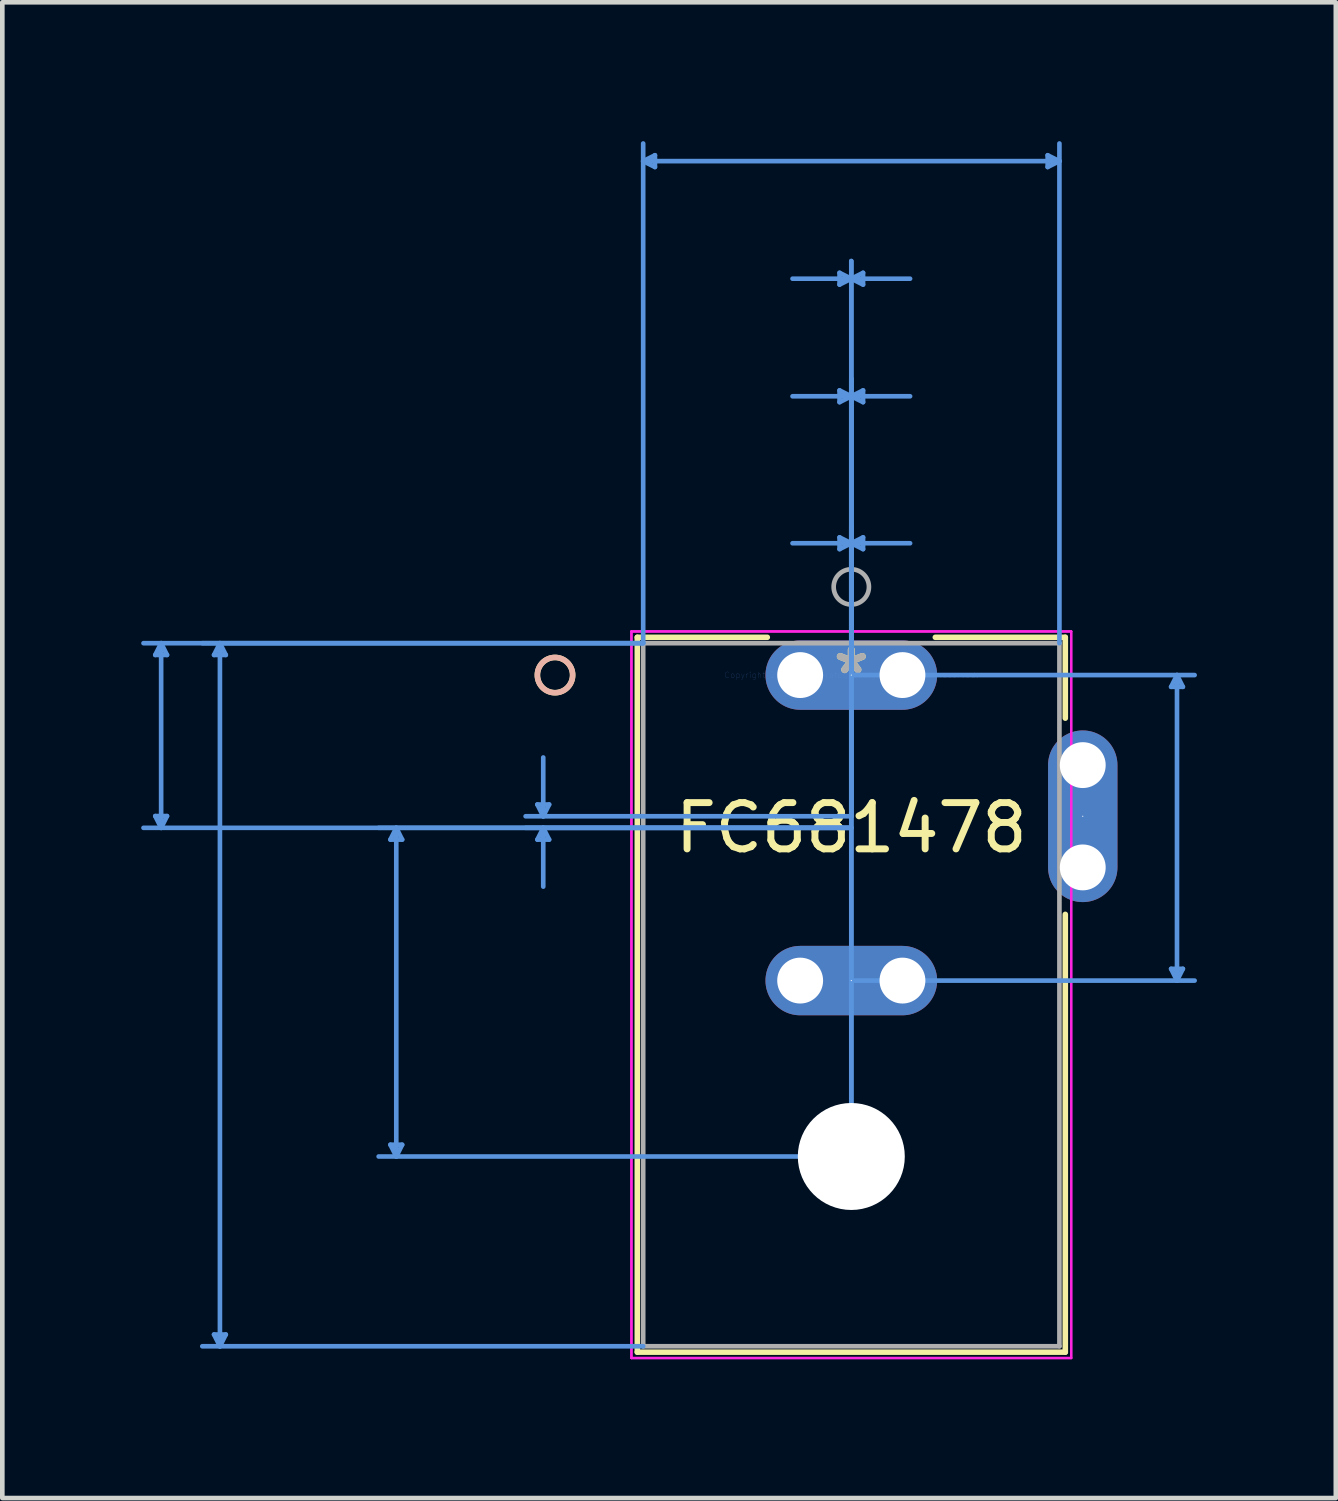
<source format=kicad_pcb>
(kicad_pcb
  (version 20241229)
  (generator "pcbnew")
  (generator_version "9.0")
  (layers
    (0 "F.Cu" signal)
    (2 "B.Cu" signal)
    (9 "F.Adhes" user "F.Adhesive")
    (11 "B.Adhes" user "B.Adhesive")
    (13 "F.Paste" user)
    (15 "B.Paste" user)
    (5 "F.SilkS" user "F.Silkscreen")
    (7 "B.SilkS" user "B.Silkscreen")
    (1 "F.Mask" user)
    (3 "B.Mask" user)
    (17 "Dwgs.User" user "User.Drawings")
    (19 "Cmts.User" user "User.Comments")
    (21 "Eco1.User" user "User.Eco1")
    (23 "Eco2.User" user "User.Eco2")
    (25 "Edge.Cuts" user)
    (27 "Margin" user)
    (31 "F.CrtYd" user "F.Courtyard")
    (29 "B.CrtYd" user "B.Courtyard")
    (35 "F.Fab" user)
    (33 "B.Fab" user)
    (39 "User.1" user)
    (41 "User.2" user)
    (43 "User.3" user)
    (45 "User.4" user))
  (footprint "FC681478"
    (layer "F.Cu")
    (at 15.341 11.534)
    (property "Reference" "FC681478" (at 0 3.3 0) (layer "F.SilkS") (effects (font (size 1 1) (thickness 0.15))))
    (attr through_hole)
    (fp_line (start -4.623 -0.816) (end -4.623 14.627) (stroke (width 0.12) (type solid)) (layer "F.SilkS"))
    (fp_line (start -4.623 14.627) (end 4.623 14.627) (stroke (width 0.12) (type solid)) (layer "F.SilkS"))
    (fp_line (start -1.815 -0.816) (end -4.623 -0.816) (stroke (width 0.12) (type solid)) (layer "F.SilkS"))
    (fp_line (start 4.623 -0.816) (end 1.815 -0.816) (stroke (width 0.12) (type solid)) (layer "F.SilkS"))
    (fp_line (start 4.623 0.931) (end 4.623 -0.816) (stroke (width 0.12) (type solid)) (layer "F.SilkS"))
    (fp_line (start 4.623 14.627) (end 4.623 5.169) (stroke (width 0.12) (type solid)) (layer "F.SilkS"))
    (fp_circle (center -6.401 0) (end -6.02 0) (stroke (width 0.12) (type solid)) (fill no) (layer "F.SilkS"))
    (fp_circle (center -6.401 0) (end -6.02 0) (stroke (width 0.12) (type solid)) (fill no) (layer "B.SilkS"))
    (fp_line (start -15.037 -0.435) (end -14.783 -0.435) (stroke (width 0.1) (type solid)) (layer "Cmts.User"))
    (fp_line (start -15.037 3.046) (end -14.783 3.046) (stroke (width 0.1) (type solid)) (layer "Cmts.User"))
    (fp_line (start -14.91 -0.689) (end -15.037 -0.435) (stroke (width 0.1) (type solid)) (layer "Cmts.User"))
    (fp_line (start -14.91 -0.689) (end -14.91 3.3) (stroke (width 0.1) (type solid)) (layer "Cmts.User"))
    (fp_line (start -14.91 -0.689) (end -14.783 -0.435) (stroke (width 0.1) (type solid)) (layer "Cmts.User"))
    (fp_line (start -14.91 3.3) (end -15.037 3.046) (stroke (width 0.1) (type solid)) (layer "Cmts.User"))
    (fp_line (start -14.91 3.3) (end -14.783 3.046) (stroke (width 0.1) (type solid)) (layer "Cmts.User"))
    (fp_line (start -13.767 -0.435) (end -13.513 -0.435) (stroke (width 0.1) (type solid)) (layer "Cmts.User"))
    (fp_line (start -13.767 14.246) (end -13.513 14.246) (stroke (width 0.1) (type solid)) (layer "Cmts.User"))
    (fp_line (start -13.64 -0.689) (end -13.767 -0.435) (stroke (width 0.1) (type solid)) (layer "Cmts.User"))
    (fp_line (start -13.64 -0.689) (end -13.64 14.5) (stroke (width 0.1) (type solid)) (layer "Cmts.User"))
    (fp_line (start -13.64 -0.689) (end -13.513 -0.435) (stroke (width 0.1) (type solid)) (layer "Cmts.User"))
    (fp_line (start -13.64 14.5) (end -13.767 14.246) (stroke (width 0.1) (type solid)) (layer "Cmts.User"))
    (fp_line (start -13.64 14.5) (end -13.513 14.246) (stroke (width 0.1) (type solid)) (layer "Cmts.User"))
    (fp_line (start -9.957 3.554) (end -9.703 3.554) (stroke (width 0.1) (type solid)) (layer "Cmts.User"))
    (fp_line (start -9.957 10.146) (end -9.703 10.146) (stroke (width 0.1) (type solid)) (layer "Cmts.User"))
    (fp_line (start -9.83 3.3) (end -9.957 3.554) (stroke (width 0.1) (type solid)) (layer "Cmts.User"))
    (fp_line (start -9.83 3.3) (end -9.83 10.4) (stroke (width 0.1) (type solid)) (layer "Cmts.User"))
    (fp_line (start -9.83 3.3) (end -9.703 3.554) (stroke (width 0.1) (type solid)) (layer "Cmts.User"))
    (fp_line (start -9.83 10.4) (end -9.957 10.146) (stroke (width 0.1) (type solid)) (layer "Cmts.User"))
    (fp_line (start -9.83 10.4) (end -9.703 10.146) (stroke (width 0.1) (type solid)) (layer "Cmts.User"))
    (fp_line (start -6.782 2.796) (end -6.528 2.796) (stroke (width 0.1) (type solid)) (layer "Cmts.User"))
    (fp_line (start -6.782 3.554) (end -6.528 3.554) (stroke (width 0.1) (type solid)) (layer "Cmts.User"))
    (fp_line (start -6.655 3.05) (end -6.782 2.796) (stroke (width 0.1) (type solid)) (layer "Cmts.User"))
    (fp_line (start -6.655 3.05) (end -6.655 1.78) (stroke (width 0.1) (type solid)) (layer "Cmts.User"))
    (fp_line (start -6.655 3.05) (end -6.528 2.796) (stroke (width 0.1) (type solid)) (layer "Cmts.User"))
    (fp_line (start -6.655 3.3) (end -6.782 3.554) (stroke (width 0.1) (type solid)) (layer "Cmts.User"))
    (fp_line (start -6.655 3.3) (end -6.655 4.57) (stroke (width 0.1) (type solid)) (layer "Cmts.User"))
    (fp_line (start -6.655 3.3) (end -6.528 3.554) (stroke (width 0.1) (type solid)) (layer "Cmts.User"))
    (fp_line (start -4.496 -11.103) (end -4.242 -11.23) (stroke (width 0.1) (type solid)) (layer "Cmts.User"))
    (fp_line (start -4.496 -11.103) (end -4.242 -10.976) (stroke (width 0.1) (type solid)) (layer "Cmts.User"))
    (fp_line (start -4.496 -11.103) (end 4.496 -11.103) (stroke (width 0.1) (type solid)) (layer "Cmts.User"))
    (fp_line (start -4.496 -0.689) (end -15.291 -0.689) (stroke (width 0.1) (type solid)) (layer "Cmts.User"))
    (fp_line (start -4.496 -0.689) (end -14.021 -0.689) (stroke (width 0.1) (type solid)) (layer "Cmts.User"))
    (fp_line (start -4.496 -0.689) (end -4.496 -11.484) (stroke (width 0.1) (type solid)) (layer "Cmts.User"))
    (fp_line (start -4.496 14.5) (end -14.021 14.5) (stroke (width 0.1) (type solid)) (layer "Cmts.User"))
    (fp_line (start -4.242 -11.23) (end -4.242 -10.976) (stroke (width 0.1) (type solid)) (layer "Cmts.User"))
    (fp_line (start -0.254 -8.69) (end -0.254 -8.436) (stroke (width 0.1) (type solid)) (layer "Cmts.User"))
    (fp_line (start -0.254 -6.15) (end -0.254 -5.896) (stroke (width 0.1) (type solid)) (layer "Cmts.User"))
    (fp_line (start -0.254 -2.975) (end -0.254 -2.721) (stroke (width 0.1) (type solid)) (layer "Cmts.User"))
    (fp_line (start 0 -8.563) (end -1.27 -8.563) (stroke (width 0.1) (type solid)) (layer "Cmts.User"))
    (fp_line (start 0 -8.563) (end -0.254 -8.69) (stroke (width 0.1) (type solid)) (layer "Cmts.User"))
    (fp_line (start 0 -8.563) (end -0.254 -8.436) (stroke (width 0.1) (type solid)) (layer "Cmts.User"))
    (fp_line (start 0 -8.563) (end 0.254 -8.69) (stroke (width 0.1) (type solid)) (layer "Cmts.User"))
    (fp_line (start 0 -8.563) (end 0.254 -8.436) (stroke (width 0.1) (type solid)) (layer "Cmts.User"))
    (fp_line (start 0 -8.563) (end 1.27 -8.563) (stroke (width 0.1) (type solid)) (layer "Cmts.User"))
    (fp_line (start 0 -6.023) (end -1.27 -6.023) (stroke (width 0.1) (type solid)) (layer "Cmts.User"))
    (fp_line (start 0 -6.023) (end -0.254 -6.15) (stroke (width 0.1) (type solid)) (layer "Cmts.User"))
    (fp_line (start 0 -6.023) (end -0.254 -5.896) (stroke (width 0.1) (type solid)) (layer "Cmts.User"))
    (fp_line (start 0 -6.023) (end 0.254 -6.15) (stroke (width 0.1) (type solid)) (layer "Cmts.User"))
    (fp_line (start 0 -6.023) (end 0.254 -5.896) (stroke (width 0.1) (type solid)) (layer "Cmts.User"))
    (fp_line (start 0 -6.023) (end 1.27 -6.023) (stroke (width 0.1) (type solid)) (layer "Cmts.User"))
    (fp_line (start 0 -2.848) (end -1.27 -2.848) (stroke (width 0.1) (type solid)) (layer "Cmts.User"))
    (fp_line (start 0 -2.848) (end -0.254 -2.975) (stroke (width 0.1) (type solid)) (layer "Cmts.User"))
    (fp_line (start 0 -2.848) (end -0.254 -2.721) (stroke (width 0.1) (type solid)) (layer "Cmts.User"))
    (fp_line (start 0 -2.848) (end 0.254 -2.975) (stroke (width 0.1) (type solid)) (layer "Cmts.User"))
    (fp_line (start 0 -2.848) (end 0.254 -2.721) (stroke (width 0.1) (type solid)) (layer "Cmts.User"))
    (fp_line (start 0 -2.848) (end 1.27 -2.848) (stroke (width 0.1) (type solid)) (layer "Cmts.User"))
    (fp_line (start 0 0) (end 0 -3.229) (stroke (width 0.1) (type solid)) (layer "Cmts.User"))
    (fp_line (start 0 0) (end 0 -3.229) (stroke (width 0.1) (type solid)) (layer "Cmts.User"))
    (fp_line (start 0 0) (end 7.417 0) (stroke (width 0.1) (type solid)) (layer "Cmts.User"))
    (fp_line (start 0 3.05) (end -7.036 3.05) (stroke (width 0.1) (type solid)) (layer "Cmts.User"))
    (fp_line (start 0 3.05) (end 0 -8.944) (stroke (width 0.1) (type solid)) (layer "Cmts.User"))
    (fp_line (start 0 3.05) (end 0 -8.944) (stroke (width 0.1) (type solid)) (layer "Cmts.User"))
    (fp_line (start 0 3.3) (end -15.291 3.3) (stroke (width 0.1) (type solid)) (layer "Cmts.User"))
    (fp_line (start 0 3.3) (end -10.211 3.3) (stroke (width 0.1) (type solid)) (layer "Cmts.User"))
    (fp_line (start 0 3.3) (end -7.036 3.3) (stroke (width 0.1) (type solid)) (layer "Cmts.User"))
    (fp_line (start 0 6.6) (end 7.417 6.6) (stroke (width 0.1) (type solid)) (layer "Cmts.User"))
    (fp_line (start 0 10.4) (end -10.211 10.4) (stroke (width 0.1) (type solid)) (layer "Cmts.User"))
    (fp_line (start 0 10.4) (end 0 -6.404) (stroke (width 0.1) (type solid)) (layer "Cmts.User"))
    (fp_line (start 0 10.4) (end 0 -6.404) (stroke (width 0.1) (type solid)) (layer "Cmts.User"))
    (fp_line (start 0.254 -8.69) (end 0.254 -8.436) (stroke (width 0.1) (type solid)) (layer "Cmts.User"))
    (fp_line (start 0.254 -6.15) (end 0.254 -5.896) (stroke (width 0.1) (type solid)) (layer "Cmts.User"))
    (fp_line (start 0.254 -2.975) (end 0.254 -2.721) (stroke (width 0.1) (type solid)) (layer "Cmts.User"))
    (fp_line (start 4.242 -11.23) (end 4.242 -10.976) (stroke (width 0.1) (type solid)) (layer "Cmts.User"))
    (fp_line (start 4.496 -11.103) (end 4.242 -11.23) (stroke (width 0.1) (type solid)) (layer "Cmts.User"))
    (fp_line (start 4.496 -11.103) (end 4.242 -10.976) (stroke (width 0.1) (type solid)) (layer "Cmts.User"))
    (fp_line (start 4.496 -0.689) (end 4.496 -11.484) (stroke (width 0.1) (type solid)) (layer "Cmts.User"))
    (fp_line (start 6.909 0.254) (end 7.163 0.254) (stroke (width 0.1) (type solid)) (layer "Cmts.User"))
    (fp_line (start 6.909 6.346) (end 7.163 6.346) (stroke (width 0.1) (type solid)) (layer "Cmts.User"))
    (fp_line (start 7.036 0) (end 6.909 0.254) (stroke (width 0.1) (type solid)) (layer "Cmts.User"))
    (fp_line (start 7.036 0) (end 7.036 6.6) (stroke (width 0.1) (type solid)) (layer "Cmts.User"))
    (fp_line (start 7.036 0) (end 7.163 0.254) (stroke (width 0.1) (type solid)) (layer "Cmts.User"))
    (fp_line (start 7.036 6.6) (end 6.909 6.346) (stroke (width 0.1) (type solid)) (layer "Cmts.User"))
    (fp_line (start 7.036 6.6) (end 7.163 6.346) (stroke (width 0.1) (type solid)) (layer "Cmts.User"))
    (fp_line (start -4.75 -0.943) (end -4.75 14.754) (stroke (width 0.05) (type solid)) (layer "F.CrtYd"))
    (fp_line (start -4.75 -0.943) (end -4.75 14.754) (stroke (width 0.05) (type solid)) (layer "F.CrtYd"))
    (fp_line (start -4.75 14.754) (end 4.75 14.754) (stroke (width 0.05) (type solid)) (layer "F.CrtYd"))
    (fp_line (start -4.75 14.754) (end 4.75 14.754) (stroke (width 0.05) (type solid)) (layer "F.CrtYd"))
    (fp_line (start 4.75 -0.943) (end -4.75 -0.943) (stroke (width 0.05) (type solid)) (layer "F.CrtYd"))
    (fp_line (start 4.75 -0.943) (end -4.75 -0.943) (stroke (width 0.05) (type solid)) (layer "F.CrtYd"))
    (fp_line (start 4.75 14.754) (end 4.75 -0.943) (stroke (width 0.05) (type solid)) (layer "F.CrtYd"))
    (fp_line (start 4.75 14.754) (end 4.75 -0.943) (stroke (width 0.05) (type solid)) (layer "F.CrtYd"))
    (fp_line (start -4.496 -0.689) (end -4.496 14.5) (stroke (width 0.1) (type solid)) (layer "F.Fab"))
    (fp_line (start -4.496 14.5) (end 4.496 14.5) (stroke (width 0.1) (type solid)) (layer "F.Fab"))
    (fp_line (start 4.496 -0.689) (end -4.496 -0.689) (stroke (width 0.1) (type solid)) (layer "F.Fab"))
    (fp_line (start 4.496 14.5) (end 4.496 -0.689) (stroke (width 0.1) (type solid)) (layer "F.Fab"))
    (fp_circle (center 0 -1.905) (end 0.381 -1.905) (stroke (width 0.1) (type solid)) (fill no) (layer "F.Fab"))
    (fp_text user "*" (at 0 0 0) (layer "F.SilkS") (effects (font (size 1 1) (thickness 0.15))))
    (fp_text user "Copyright 2021 Accelerated Designs. All rights reserved." (at 0 0 0) (layer "Cmts.User") (effects (font (size 0.127 0.127) (thickness 0.002))))
    (fp_text user "*" (at 0 0 0) (layer "F.Fab") (effects (font (size 1 1) (thickness 0.15))))
    (pad "" np_thru_hole circle (at -1.105 0) (size 0.991 0.991) (drill 0.991) (layers "*.Cu" "*.Mask"))
    (pad "" np_thru_hole circle (at -1.105 6.6) (size 0.991 0.991) (drill 0.991) (layers "*.Cu" "*.Mask"))
    (pad "" np_thru_hole circle (at 0 10.4) (size 2.311 2.311) (drill 2.311) (layers "*.Cu" "*.Mask"))
    (pad "" np_thru_hole circle (at 1.105 0) (size 0.991 0.991) (drill 0.991) (layers "*.Cu" "*.Mask"))
    (pad "" np_thru_hole circle (at 1.105 6.6) (size 0.991 0.991) (drill 0.991) (layers "*.Cu" "*.Mask"))
    (pad "" np_thru_hole circle (at 5 1.945) (size 0.991 0.991) (drill 0.991) (layers "*.Cu" "*.Mask"))
    (pad "" np_thru_hole circle (at 5 4.155) (size 0.991 0.991) (drill 0.991) (layers "*.Cu" "*.Mask"))
    (pad "1" thru_hole oval (at 0 0) (size 3.708 1.499) (drill 0.025) (layers "*.Cu" "*.Mask"))
    (pad "2" thru_hole oval (at 0 6.6) (size 3.708 1.499) (drill 0.025) (layers "*.Cu" "*.Mask"))
    (pad "3" thru_hole oval (at 5 3.05 90) (size 3.708 1.499) (drill 0.025) (layers "*.Cu" "*.Mask")))
  (gr_rect
    (start -3 -3)
    (end 25.808 29.313)
    (stroke (width 0.1) (type default))
    (fill no)
    (layer "Edge.Cuts")))
</source>
